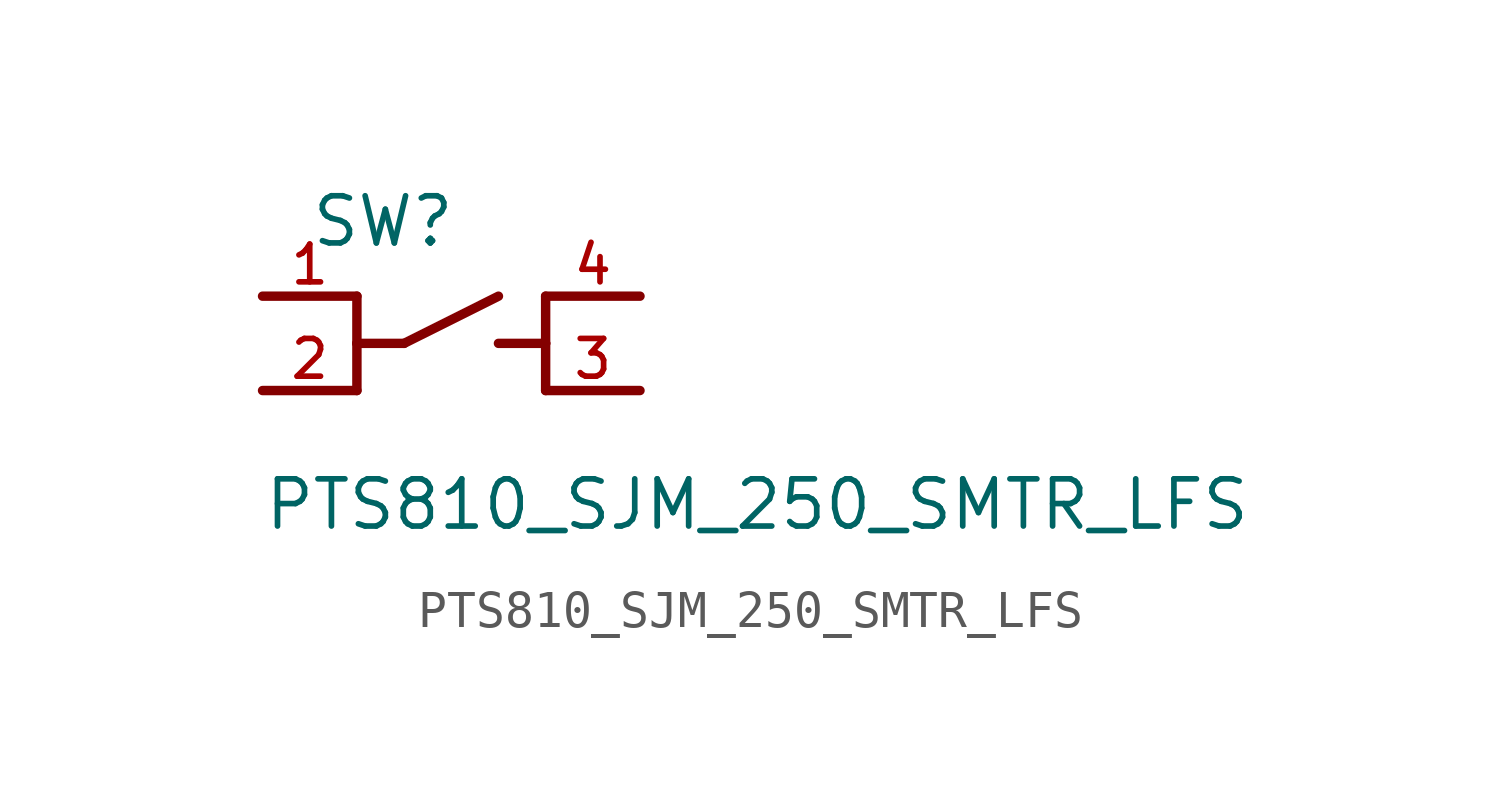
<source format=kicad_sym>
(kicad_symbol_lib
  (version 20231120)
  (generator "kicad_symbol_editor")
  (generator_version "8.0")
  (symbol "PTS810_SJM_250_SMTR_LFS"
    (pin_names
      (offset 1.016))
    (property "Reference" "SW"
      (at -3.81 1.27 0)
      (effects (font (size 1.27 1.27)) (justify left bottom)))
    (property "Value" "PTS810_SJM_250_SMTR_LFS"
      (at -5.08 -6.35 0)
      (effects (font (size 1.27 1.27)) (justify left bottom)))
    (symbol "PTS810_SJM_250_SMTR_LFS_0_0"
      (polyline (pts (xy -2.54 -2.54) (xy -5.08 -2.54)) (stroke (width 0.254) (type default)) (fill (type none)))
      (polyline (pts (xy -2.54 -1.27) (xy -2.54 -2.54)) (stroke (width 0.254) (type default)) (fill (type none)))
      (polyline (pts (xy -2.54 -1.27) (xy -1.27 -1.27)) (stroke (width 0.254) (type default)) (fill (type none)))
      (polyline (pts (xy -2.54 0) (xy -5.08 0)) (stroke (width 0.254) (type default)) (fill (type none)))
      (polyline (pts (xy -2.54 0) (xy -2.54 -1.27)) (stroke (width 0.254) (type default)) (fill (type none)))
      (polyline (pts (xy -1.27 -1.27) (xy 1.27 0)) (stroke (width 0.254) (type default)) (fill (type none)))
      (polyline (pts (xy 1.27 -1.27) (xy 2.54 -1.27)) (stroke (width 0.254) (type default)) (fill (type none)))
      (polyline (pts (xy 2.54 -2.54) (xy 5.08 -2.54)) (stroke (width 0.254) (type default)) (fill (type none)))
      (polyline (pts (xy 2.54 -1.27) (xy 2.54 -2.54)) (stroke (width 0.254) (type default)) (fill (type none)))
      (polyline (pts (xy 2.54 0) (xy 2.54 -1.27)) (stroke (width 0.254) (type default)) (fill (type none)))
      (polyline (pts (xy 2.54 0) (xy 5.08 0)) (stroke (width 0.254) (type default)) (fill (type none)))
      (pin passive line (at -5.08 0 0) (length 2.54) (name "~" (effects (font (size 1.016 1.016)))) (number "1" (effects (font (size 1.016 1.016)))))
      (pin passive line (at -5.08 -2.54 0) (length 2.54) (name "~" (effects (font (size 1.016 1.016)))) (number "2" (effects (font (size 1.016 1.016)))))
      (pin passive line (at 5.08 -2.54 180) (length 2.54) (name "~" (effects (font (size 1.016 1.016)))) (number "3" (effects (font (size 1.016 1.016)))))
      (pin passive line (at 5.08 0 180) (length 2.54) (name "~" (effects (font (size 1.016 1.016)))) (number "4" (effects (font (size 1.016 1.016))))))))
</source>
